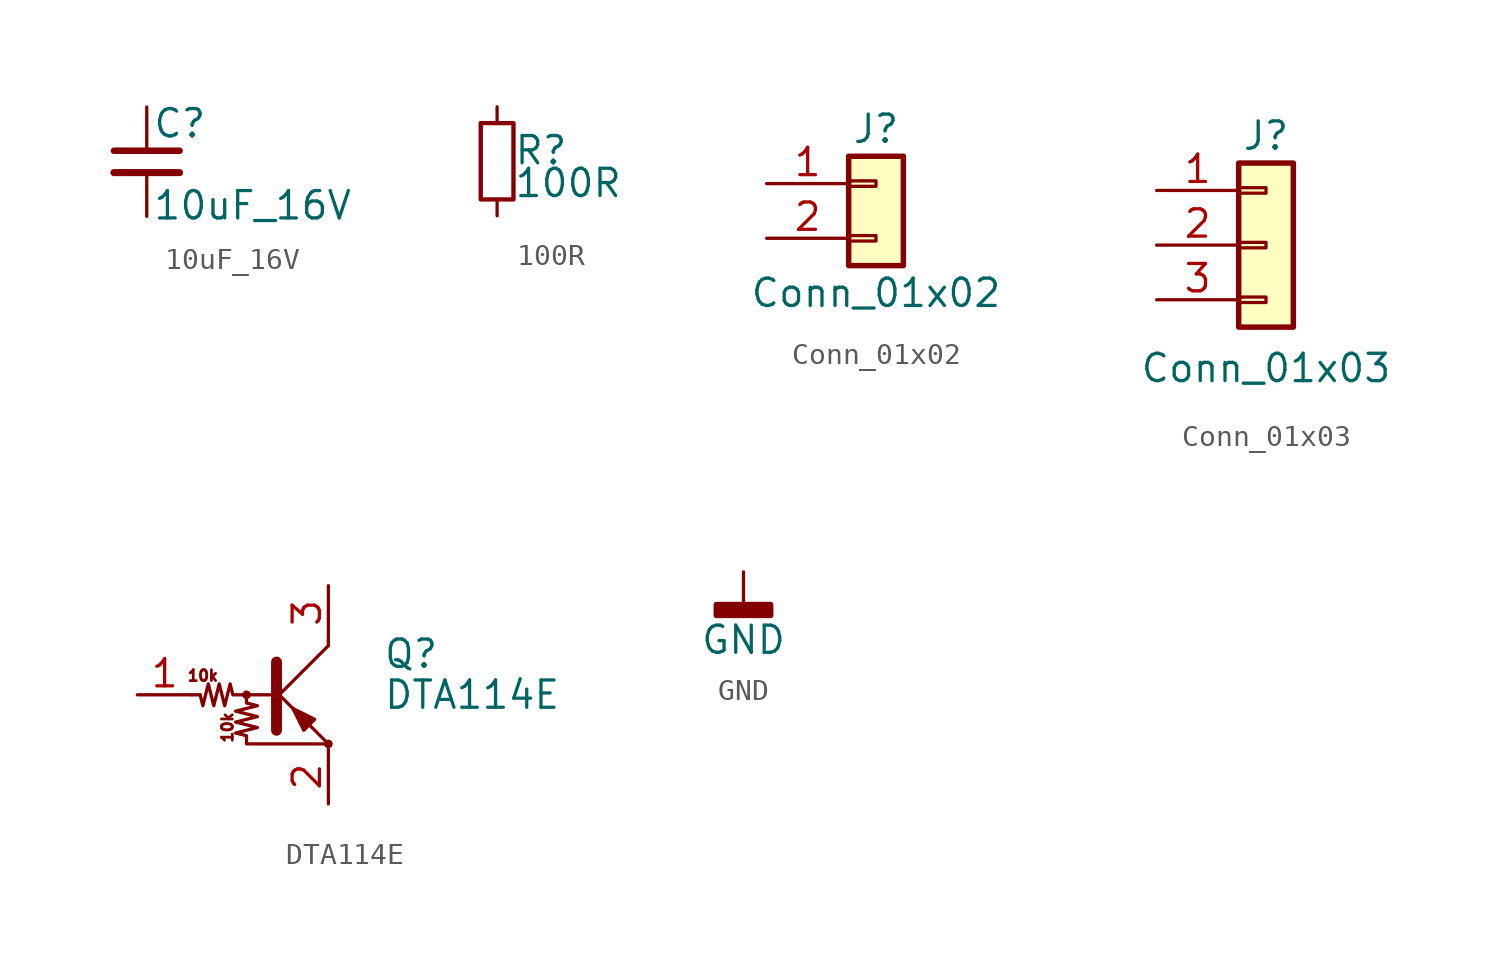
<source format=kicad_sym>
(kicad_symbol_lib
  (version 20211014)
  (generator kicad_symbol_editor)
  (symbol "10uF_16V"
    (pin_numbers hide)
    (pin_names
      (offset 0.254) hide)
    (property "Reference" "C"
      (at 0.254 1.778 0)
      (effects (font (size 1.27 1.27)) (justify left)))
    (property "Value" "10uF_16V"
      (at 0.254 -2.032 0)
      (effects (font (size 1.27 1.27)) (justify left)))
    (symbol "10uF_16V_0_1"
      (polyline (pts (xy -1.524 -0.508) (xy 1.524 -0.508)) (stroke (width 0.33) (type default) (color 0 0 0 0)) (fill (type none)))
      (polyline (pts (xy -1.524 0.508) (xy 1.524 0.508)) (stroke (width 0.305) (type default) (color 0 0 0 0)) (fill (type none))))
    (symbol "10uF_16V_1_1"
      (pin passive line (at 0 2.54 270) (length 2.032) (name "~" (effects (font (size 1.27 1.27)))) (number "1" (effects (font (size 1.27 1.27)))))
      (pin passive line (at 0 -2.54 90) (length 2.032) (name "~" (effects (font (size 1.27 1.27)))) (number "2" (effects (font (size 1.27 1.27)))))))
  (symbol "100R"
    (pin_numbers hide)
    (pin_names
      (offset 0.254) hide)
    (property "Reference" "R"
      (at 0.762 0.508 0)
      (effects (font (size 1.27 1.27)) (justify left)))
    (property "Value" "100R"
      (at 0.762 -1.016 0)
      (effects (font (size 1.27 1.27)) (justify left)))
    (symbol "100R_0_1"
      (rectangle (start -0.762 1.778) (end 0.762 -1.778) (stroke (width 0.203) (type default) (color 0 0 0 0)) (fill (type none))))
    (symbol "100R_1_1"
      (pin passive line (at 0 2.54 270) (length 0.762) (name "~" (effects (font (size 1.27 1.27)))) (number "1" (effects (font (size 1.27 1.27)))))
      (pin passive line (at 0 -2.54 90) (length 0.762) (name "~" (effects (font (size 1.27 1.27)))) (number "2" (effects (font (size 1.27 1.27)))))))
  (symbol "Conn_01x02"
    (pin_names
      (offset 1.016) hide)
    (property "Reference" "J"
      (at 0 3.81 0)
      (effects (font (size 1.27 1.27))))
    (property "Value" "Conn_01x02"
      (at 0 -3.81 0)
      (effects (font (size 1.27 1.27))))
    (symbol "Conn_01x02_1_1"
      (rectangle (start -1.27 -1.143) (end 0 -1.397) (stroke (width 0.152) (type default) (color 0 0 0 0)) (fill (type none)))
      (rectangle (start -1.27 1.397) (end 0 1.143) (stroke (width 0.152) (type default) (color 0 0 0 0)) (fill (type none)))
      (rectangle (start -1.27 2.54) (end 1.27 -2.54) (stroke (width 0.254) (type default) (color 0 0 0 0)) (fill (type background)))
      (pin passive line (at -5.08 1.27 0) (length 3.81) (name "Pin_1" (effects (font (size 1.27 1.27)))) (number "1" (effects (font (size 1.27 1.27)))))
      (pin passive line (at -5.08 -1.27 0) (length 3.81) (name "Pin_2" (effects (font (size 1.27 1.27)))) (number "2" (effects (font (size 1.27 1.27)))))))
  (symbol "Conn_01x03"
    (pin_names
      (offset 1.016) hide)
    (property "Reference" "J"
      (at 0 5.08 0)
      (effects (font (size 1.27 1.27))))
    (property "Value" "Conn_01x03"
      (at 0 -5.715 0)
      (effects (font (size 1.27 1.27))))
    (symbol "Conn_01x03_1_1"
      (rectangle (start -1.27 -2.413) (end 0 -2.667) (stroke (width 0.152) (type default) (color 0 0 0 0)) (fill (type none)))
      (rectangle (start -1.27 0.127) (end 0 -0.127) (stroke (width 0.152) (type default) (color 0 0 0 0)) (fill (type none)))
      (rectangle (start -1.27 2.667) (end 0 2.413) (stroke (width 0.152) (type default) (color 0 0 0 0)) (fill (type none)))
      (rectangle (start -1.27 3.81) (end 1.27 -3.81) (stroke (width 0.254) (type default) (color 0 0 0 0)) (fill (type background)))
      (pin passive line (at -5.08 2.54 0) (length 3.81) (name "Pin_1" (effects (font (size 1.27 1.27)))) (number "1" (effects (font (size 1.27 1.27)))))
      (pin passive line (at -5.08 0 0) (length 3.81) (name "Pin_2" (effects (font (size 1.27 1.27)))) (number "2" (effects (font (size 1.27 1.27)))))
      (pin passive line (at -5.08 -2.54 0) (length 3.81) (name "Pin_3" (effects (font (size 1.27 1.27)))) (number "3" (effects (font (size 1.27 1.27)))))))
  (symbol "DTA114E"
    (pin_names
      (offset 0) hide)
    (property "Reference" "Q"
      (at 5.08 1.905 0)
      (effects (font (size 1.27 1.27)) (justify left)))
    (property "Value" "DTA114E"
      (at 5.08 0 0)
      (effects (font (size 1.27 1.27)) (justify left)))
    (symbol "DTA114E_0_0"
      (text "10k" (at -3.302 0.889 0) (effects (font (size 0.508 0.508))))
      (text "10k" (at -2.159 -1.524 900) (effects (font (size 0.508 0.508)))))
    (symbol "DTA114E_0_1"
      (circle (center -1.27 0) (radius 0.127) (stroke (width 0) (type default) (color 0 0 0 0)) (fill (type none)))
      (polyline (pts (xy -3.429 0) (xy -3.81 0)) (stroke (width 0) (type default) (color 0 0 0 0)) (fill (type none)))
      (polyline (pts (xy 0 -0.254) (xy 2.54 2.286)) (stroke (width 0) (type default) (color 0 0 0 0)) (fill (type none)))
      (polyline (pts (xy 0.127 1.524) (xy 0.127 -1.651)) (stroke (width 0.508) (type default) (color 0 0 0 0)) (fill (type outline)))
      (polyline (pts (xy 2.54 2.286) (xy 2.54 2.54)) (stroke (width 0) (type default) (color 0 0 0 0)) (fill (type none)))
      (polyline (pts (xy 2.54 -2.286) (xy 0 0.254) (xy 0 0.254)) (stroke (width 0) (type default) (color 0 0 0 0)) (fill (type none)))
      (polyline (pts (xy 1.397 -1.651) (xy 1.905 -1.143) (xy 0.889 -0.635) (xy 1.397 -1.651)) (stroke (width 0) (type default) (color 0 0 0 0)) (fill (type outline)))
      (polyline (pts (xy 0 0) (xy -1.905 0) (xy -2.032 0.508) (xy -2.286 -0.508) (xy -2.54 0.508) (xy -2.794 -0.508) (xy -3.048 0.508) (xy -3.302 -0.508) (xy -3.429 0)) (stroke (width 0) (type default) (color 0 0 0 0)) (fill (type none)))
      (polyline (pts (xy -1.27 0) (xy -1.27 -0.381) (xy -0.762 -0.508) (xy -1.778 -0.762) (xy -0.762 -1.016) (xy -1.778 -1.27) (xy -0.762 -1.524) (xy -1.778 -1.778) (xy -1.27 -1.905) (xy -1.27 -2.286) (xy 2.54 -2.286)) (stroke (width 0) (type default) (color 0 0 0 0)) (fill (type none)))
      (circle (center 2.54 -2.286) (radius 0.127) (stroke (width 0) (type default) (color 0 0 0 0)) (fill (type none))))
    (symbol "DTA114E_1_1"
      (pin input line (at -6.35 0 0) (length 2.54) (name "B" (effects (font (size 1.27 1.27)))) (number "1" (effects (font (size 1.27 1.27)))))
      (pin passive line (at 2.54 -5.08 90) (length 2.54) (name "E" (effects (font (size 1.27 1.27)))) (number "2" (effects (font (size 1.27 1.27)))))
      (pin passive line (at 2.54 5.08 270) (length 2.54) (name "C" (effects (font (size 1.27 1.27)))) (number "3" (effects (font (size 1.27 1.27)))))))
  (symbol "GND"
    (power)
    (pin_names
      (offset 0))
    (property "Reference" "#PWR"
      (at 0 -6.35 0)
      (effects (font (size 1.27 1.27)) hide))
    (property "Value" "GND"
      (at 0 -3.175 0)
      (effects (font (size 1.27 1.27))))
    (symbol "GND_0_1"
      (rectangle (start -1.27 -1.524) (end 1.27 -2.032) (stroke (width 0.254) (type default) (color 0 0 0 0)) (fill (type outline)))
      (polyline (pts (xy 0 0) (xy 0 -1.524)) (stroke (width 0) (type default) (color 0 0 0 0)) (fill (type none))))
    (symbol "GND_1_1"
      (pin power_in line (at 0 0 270) (length 0) hide (name "GND" (effects (font (size 1.27 1.27)))) (number "1" (effects (font (size 1.27 1.27))))))))
</source>
